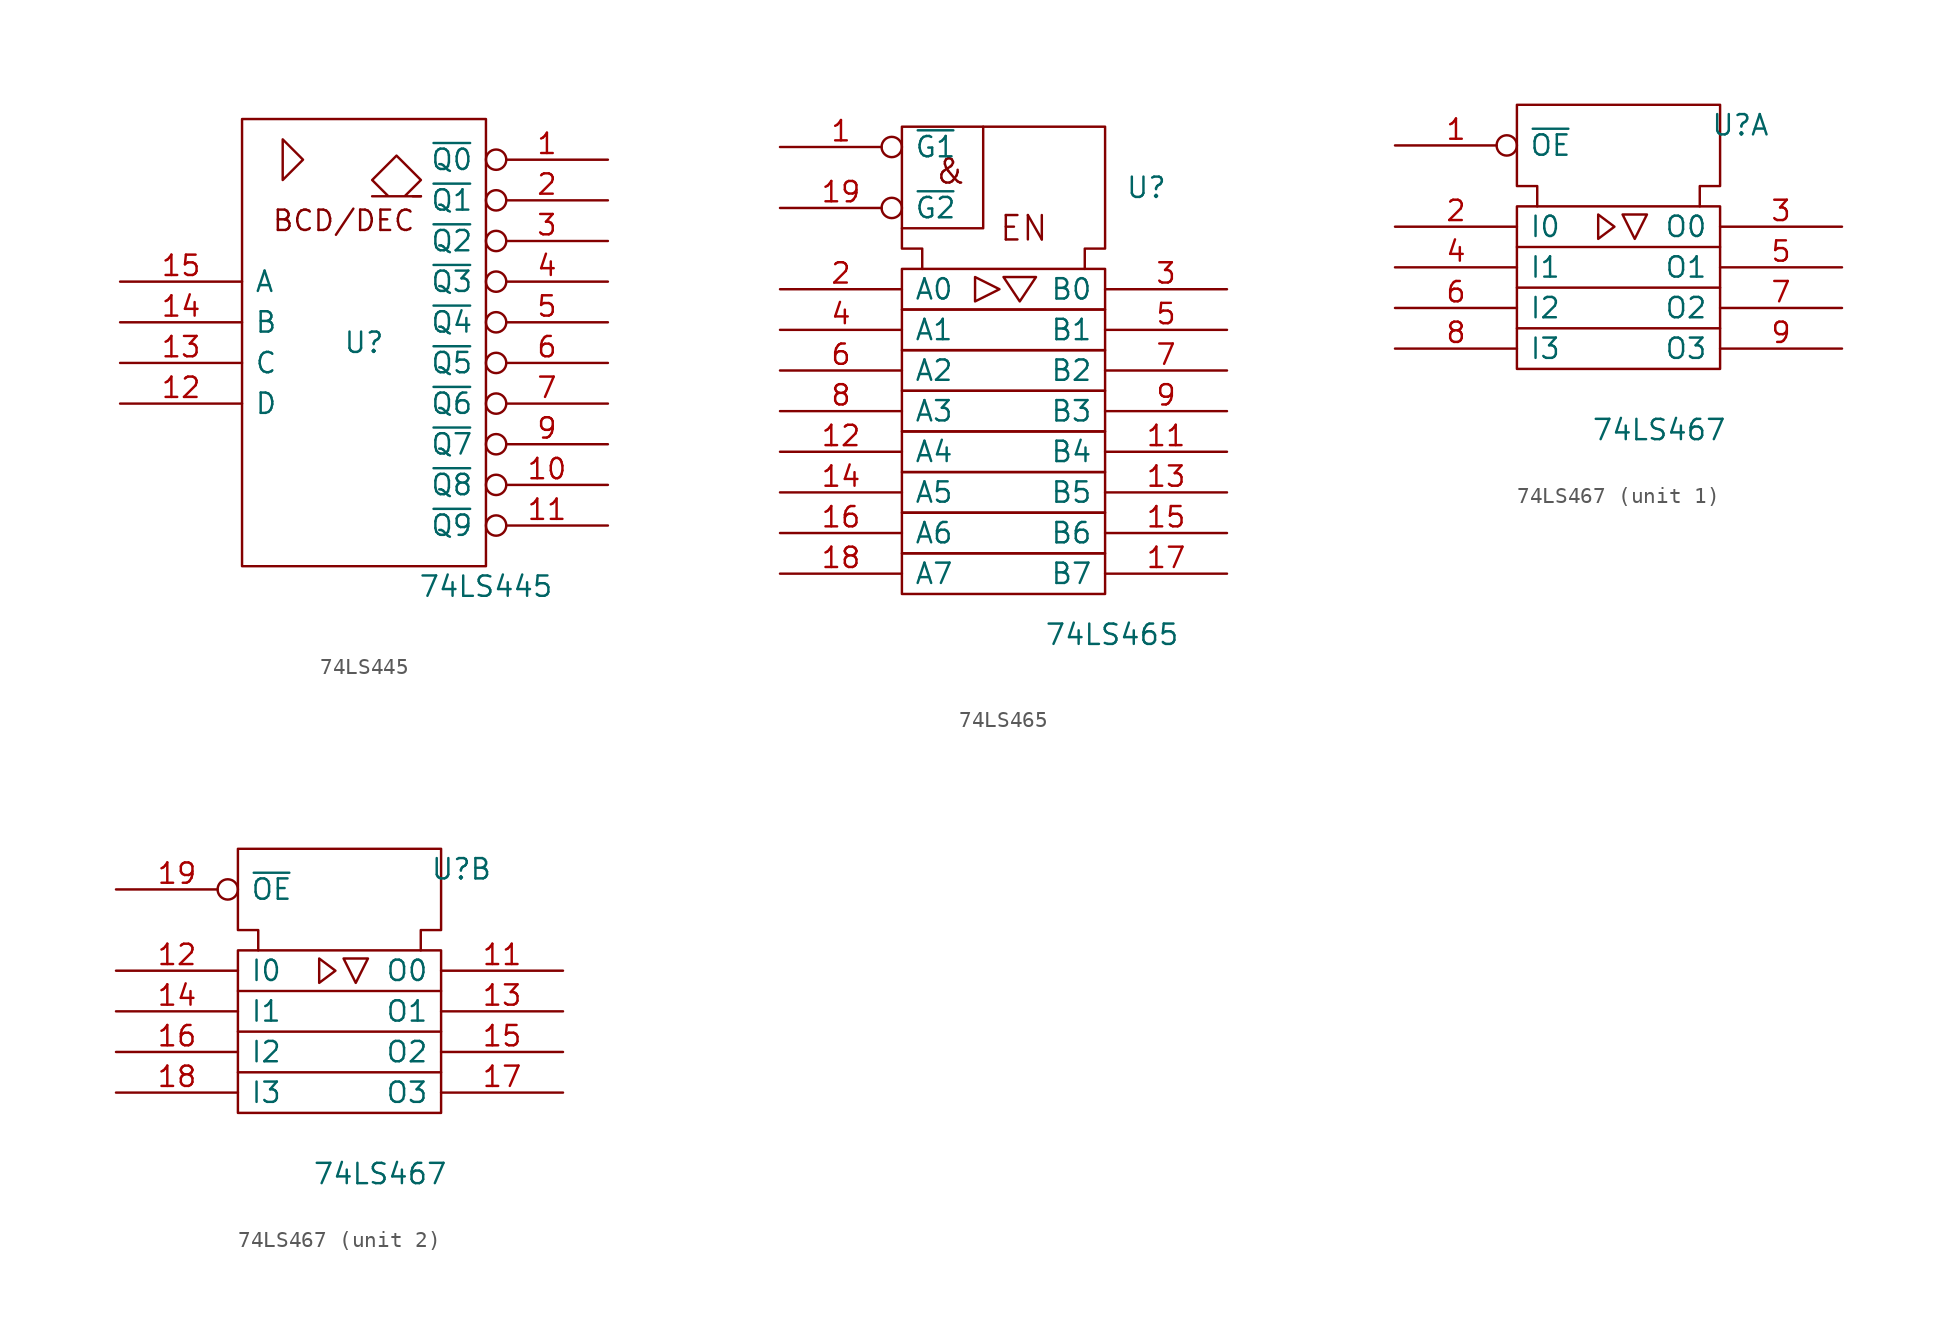
<source format=kicad_sym>
(kicad_symbol_lib
  (version 20211014)
  (generator kicad_symbol_editor)
  (symbol "74LS445"
    (pin_names
      (offset 0.762))
    (property "Reference" "U"
      (at 0 0 0)
      (effects (font (size 1.27 1.27))))
    (property "Value" "74LS445"
      (at 7.62 -15.24 0)
      (effects (font (size 1.27 1.27))))
    (symbol "74LS445_0_0"
      (polyline (pts (xy 3.556 9.144) (xy 3.048 9.144) (xy 3.048 9.144)) (stroke (width 0) (type default) (color 0 0 0 0)) (fill (type none)))
      (polyline (pts (xy -5.08 12.7) (xy -5.08 10.16) (xy -3.81 11.43) (xy -5.08 12.7) (xy -5.08 12.7)) (stroke (width 0) (type default) (color 0 0 0 0)) (fill (type none)))
      (polyline (pts (xy 2.54 9.144) (xy 3.556 10.16) (xy 2.032 11.684) (xy 0.508 10.16) (xy 1.524 9.144) (xy 0.508 9.144) (xy 3.556 9.144)) (stroke (width 0) (type default) (color 0 0 0 0)) (fill (type none)))
      (text "BCD/DEC" (at -1.27 7.62 0) (effects (font (size 1.27 1.27))))
      (pin power_in line (at 0 13.97 270) (length 0) hide (name "VCC" (effects (font (size 1.27 1.27)))) (number "16" (effects (font (size 1.27 1.27)))))
      (pin power_in line (at 0 -13.97 90) (length 0) hide (name "GND" (effects (font (size 1.27 1.27)))) (number "8" (effects (font (size 1.27 1.27))))))
    (symbol "74LS445_0_1"
      (rectangle (start -7.62 13.97) (end 7.62 -13.97) (stroke (width 0) (type default) (color 0 0 0 0)) (fill (type none))))
    (symbol "74LS445_1_1"
      (pin open_collector inverted (at 15.24 11.43 180) (length 7.62) (name "~{Q0}" (effects (font (size 1.27 1.27)))) (number "1" (effects (font (size 1.27 1.27)))))
      (pin open_collector inverted (at 15.24 -8.89 180) (length 7.62) (name "~{Q8}" (effects (font (size 1.27 1.27)))) (number "10" (effects (font (size 1.27 1.27)))))
      (pin open_collector inverted (at 15.24 -11.43 180) (length 7.62) (name "~{Q9}" (effects (font (size 1.27 1.27)))) (number "11" (effects (font (size 1.27 1.27)))))
      (pin input line (at -15.24 -3.81 0) (length 7.62) (name "D" (effects (font (size 1.27 1.27)))) (number "12" (effects (font (size 1.27 1.27)))))
      (pin input line (at -15.24 -1.27 0) (length 7.62) (name "C" (effects (font (size 1.27 1.27)))) (number "13" (effects (font (size 1.27 1.27)))))
      (pin input line (at -15.24 1.27 0) (length 7.62) (name "B" (effects (font (size 1.27 1.27)))) (number "14" (effects (font (size 1.27 1.27)))))
      (pin input line (at -15.24 3.81 0) (length 7.62) (name "A" (effects (font (size 1.27 1.27)))) (number "15" (effects (font (size 1.27 1.27)))))
      (pin open_collector inverted (at 15.24 8.89 180) (length 7.62) (name "~{Q1}" (effects (font (size 1.27 1.27)))) (number "2" (effects (font (size 1.27 1.27)))))
      (pin open_collector inverted (at 15.24 6.35 180) (length 7.62) (name "~{Q2}" (effects (font (size 1.27 1.27)))) (number "3" (effects (font (size 1.27 1.27)))))
      (pin open_collector inverted (at 15.24 3.81 180) (length 7.62) (name "~{Q3}" (effects (font (size 1.27 1.27)))) (number "4" (effects (font (size 1.27 1.27)))))
      (pin open_collector inverted (at 15.24 1.27 180) (length 7.62) (name "~{Q4}" (effects (font (size 1.27 1.27)))) (number "5" (effects (font (size 1.27 1.27)))))
      (pin open_collector inverted (at 15.24 -1.27 180) (length 7.62) (name "~{Q5}" (effects (font (size 1.27 1.27)))) (number "6" (effects (font (size 1.27 1.27)))))
      (pin open_collector inverted (at 15.24 -3.81 180) (length 7.62) (name "~{Q6}" (effects (font (size 1.27 1.27)))) (number "7" (effects (font (size 1.27 1.27)))))
      (pin open_collector inverted (at 15.24 -6.35 180) (length 7.62) (name "~{Q7}" (effects (font (size 1.27 1.27)))) (number "9" (effects (font (size 1.27 1.27)))))))
  (symbol "74LS465"
    (pin_names
      (offset 0.762))
    (property "Reference" "U"
      (at 7.62 12.7 0)
      (effects (font (size 1.27 1.27)) (justify left)))
    (property "Value" "74LS465"
      (at 2.54 -15.24 0)
      (effects (font (size 1.27 1.27)) (justify left)))
    (symbol "74LS465_0_0"
      (polyline (pts (xy -1.27 16.51) (xy -1.27 10.16) (xy -6.35 10.16) (xy -6.35 10.16)) (stroke (width 0) (type default) (color 0 0 0 0)) (fill (type none)))
      (polyline (pts (xy -1.778 7.112) (xy -1.778 5.588) (xy -0.254 6.35) (xy -1.778 7.112) (xy -1.778 7.112)) (stroke (width 0) (type default) (color 0 0 0 0)) (fill (type none)))
      (polyline (pts (xy 0 7.112) (xy 2.032 7.112) (xy 1.016 5.588) (xy 0 7.112) (xy 0 7.112)) (stroke (width 0) (type default) (color 0 0 0 0)) (fill (type none)))
      (text "&" (at -3.302 13.716 0) (effects (font (size 1.524 1.524))))
      (text "EN" (at 1.27 10.16 0) (effects (font (size 1.524 1.524))))
      (pin power_in line (at 1.27 16.51 270) (length 0) hide (name "GND" (effects (font (size 1.27 1.27)))) (number "10" (effects (font (size 1.27 1.27)))))
      (pin power_in line (at 5.08 16.51 270) (length 0) hide (name "VCC" (effects (font (size 1.27 1.27)))) (number "20" (effects (font (size 1.27 1.27))))))
    (symbol "74LS465_0_1"
      (rectangle (start -6.35 -10.16) (end 6.35 -12.7) (stroke (width 0) (type default) (color 0 0 0 0)) (fill (type none)))
      (rectangle (start -6.35 -7.62) (end 6.35 -10.16) (stroke (width 0) (type default) (color 0 0 0 0)) (fill (type none)))
      (rectangle (start -6.35 -5.08) (end 6.35 -7.62) (stroke (width 0) (type default) (color 0 0 0 0)) (fill (type none)))
      (rectangle (start -6.35 -2.54) (end 6.35 -5.08) (stroke (width 0) (type default) (color 0 0 0 0)) (fill (type none)))
      (rectangle (start -6.35 0) (end 6.35 -2.54) (stroke (width 0) (type default) (color 0 0 0 0)) (fill (type none)))
      (rectangle (start -6.35 2.54) (end 6.35 0) (stroke (width 0) (type default) (color 0 0 0 0)) (fill (type none)))
      (rectangle (start -6.35 5.08) (end 6.35 2.54) (stroke (width 0) (type default) (color 0 0 0 0)) (fill (type none)))
      (rectangle (start -6.35 7.62) (end 6.35 5.08) (stroke (width 0) (type default) (color 0 0 0 0)) (fill (type none)))
      (polyline (pts (xy -5.08 7.62) (xy -5.08 8.89) (xy -6.35 8.89) (xy -6.35 16.51) (xy 6.35 16.51) (xy 6.35 8.89) (xy 5.08 8.89) (xy 5.08 7.62) (xy 5.08 7.62)) (stroke (width 0) (type default) (color 0 0 0 0)) (fill (type none))))
    (symbol "74LS465_1_1"
      (pin input inverted (at -13.97 15.24 0) (length 7.62) (name "~{G1}" (effects (font (size 1.27 1.27)))) (number "1" (effects (font (size 1.27 1.27)))))
      (pin tri_state line (at 13.97 -3.81 180) (length 7.62) (name "B4" (effects (font (size 1.27 1.27)))) (number "11" (effects (font (size 1.27 1.27)))))
      (pin tri_state line (at -13.97 -3.81 0) (length 7.62) (name "A4" (effects (font (size 1.27 1.27)))) (number "12" (effects (font (size 1.27 1.27)))))
      (pin tri_state line (at 13.97 -6.35 180) (length 7.62) (name "B5" (effects (font (size 1.27 1.27)))) (number "13" (effects (font (size 1.27 1.27)))))
      (pin tri_state line (at -13.97 -6.35 0) (length 7.62) (name "A5" (effects (font (size 1.27 1.27)))) (number "14" (effects (font (size 1.27 1.27)))))
      (pin tri_state line (at 13.97 -8.89 180) (length 7.62) (name "B6" (effects (font (size 1.27 1.27)))) (number "15" (effects (font (size 1.27 1.27)))))
      (pin tri_state line (at -13.97 -8.89 0) (length 7.62) (name "A6" (effects (font (size 1.27 1.27)))) (number "16" (effects (font (size 1.27 1.27)))))
      (pin tri_state line (at 13.97 -11.43 180) (length 7.62) (name "B7" (effects (font (size 1.27 1.27)))) (number "17" (effects (font (size 1.27 1.27)))))
      (pin tri_state line (at -13.97 -11.43 0) (length 7.62) (name "A7" (effects (font (size 1.27 1.27)))) (number "18" (effects (font (size 1.27 1.27)))))
      (pin input inverted (at -13.97 11.43 0) (length 7.62) (name "~{G2}" (effects (font (size 1.27 1.27)))) (number "19" (effects (font (size 1.27 1.27)))))
      (pin tri_state line (at -13.97 6.35 0) (length 7.62) (name "A0" (effects (font (size 1.27 1.27)))) (number "2" (effects (font (size 1.27 1.27)))))
      (pin tri_state line (at 13.97 6.35 180) (length 7.62) (name "B0" (effects (font (size 1.27 1.27)))) (number "3" (effects (font (size 1.27 1.27)))))
      (pin tri_state line (at -13.97 3.81 0) (length 7.62) (name "A1" (effects (font (size 1.27 1.27)))) (number "4" (effects (font (size 1.27 1.27)))))
      (pin tri_state line (at 13.97 3.81 180) (length 7.62) (name "B1" (effects (font (size 1.27 1.27)))) (number "5" (effects (font (size 1.27 1.27)))))
      (pin tri_state line (at -13.97 1.27 0) (length 7.62) (name "A2" (effects (font (size 1.27 1.27)))) (number "6" (effects (font (size 1.27 1.27)))))
      (pin tri_state line (at 13.97 1.27 180) (length 7.62) (name "B2" (effects (font (size 1.27 1.27)))) (number "7" (effects (font (size 1.27 1.27)))))
      (pin tri_state line (at -13.97 -1.27 0) (length 7.62) (name "A3" (effects (font (size 1.27 1.27)))) (number "8" (effects (font (size 1.27 1.27)))))
      (pin tri_state line (at 13.97 -1.27 180) (length 7.62) (name "B3" (effects (font (size 1.27 1.27)))) (number "9" (effects (font (size 1.27 1.27)))))))
  (symbol "74LS467"
    (pin_names
      (offset 0.762))
    (property "Reference" "U"
      (at 7.62 8.89 0)
      (effects (font (size 1.27 1.27))))
    (property "Value" "74LS467"
      (at 2.54 -10.16 0)
      (effects (font (size 1.27 1.27))))
    (symbol "74LS467_0_0"
      (polyline (pts (xy 0.254 3.302) (xy 1.778 3.302) (xy 1.016 1.778) (xy 0.254 3.302) (xy 0.254 3.302)) (stroke (width 0) (type default) (color 0 0 0 0)) (fill (type none)))
      (pin power_in line (at 1.27 10.16 270) (length 0) hide (name "GND" (effects (font (size 1.27 1.27)))) (number "10" (effects (font (size 1.27 1.27)))))
      (pin power_in line (at 5.08 10.16 270) (length 0) hide (name "VCC" (effects (font (size 1.27 1.27)))) (number "20" (effects (font (size 1.27 1.27))))))
    (symbol "74LS467_0_1"
      (rectangle (start -6.35 3.81) (end 6.35 -6.35) (stroke (width 0) (type default) (color 0 0 0 0)) (fill (type none)))
      (polyline (pts (xy -6.35 -1.27) (xy 6.35 -1.27) (xy 6.35 -1.27)) (stroke (width 0) (type default) (color 0 0 0 0)) (fill (type none)))
      (polyline (pts (xy 6.35 -3.81) (xy -6.35 -3.81) (xy -6.35 -3.81)) (stroke (width 0) (type default) (color 0 0 0 0)) (fill (type none)))
      (polyline (pts (xy 6.35 1.27) (xy -6.35 1.27) (xy -6.35 1.27)) (stroke (width 0) (type default) (color 0 0 0 0)) (fill (type none)))
      (polyline (pts (xy -1.27 3.302) (xy -1.27 1.778) (xy -0.254 2.54) (xy -1.27 3.302) (xy -1.27 3.302)) (stroke (width 0) (type default) (color 0 0 0 0)) (fill (type none)))
      (polyline (pts (xy -5.08 3.81) (xy -5.08 5.08) (xy -6.35 5.08) (xy -6.35 10.16) (xy 6.35 10.16) (xy 6.35 5.08) (xy 5.08 5.08) (xy 5.08 3.81) (xy 5.08 3.81)) (stroke (width 0) (type default) (color 0 0 0 0)) (fill (type none))))
    (symbol "74LS467_1_1"
      (pin input inverted (at -13.97 7.62 0) (length 7.62) (name "~{OE}" (effects (font (size 1.27 1.27)))) (number "1" (effects (font (size 1.27 1.27)))))
      (pin input line (at -13.97 2.54 0) (length 7.62) (name "I0" (effects (font (size 1.27 1.27)))) (number "2" (effects (font (size 1.27 1.27)))))
      (pin tri_state line (at 13.97 2.54 180) (length 7.62) (name "O0" (effects (font (size 1.27 1.27)))) (number "3" (effects (font (size 1.27 1.27)))))
      (pin input line (at -13.97 0 0) (length 7.62) (name "I1" (effects (font (size 1.27 1.27)))) (number "4" (effects (font (size 1.27 1.27)))))
      (pin tri_state line (at 13.97 0 180) (length 7.62) (name "O1" (effects (font (size 1.27 1.27)))) (number "5" (effects (font (size 1.27 1.27)))))
      (pin input line (at -13.97 -2.54 0) (length 7.62) (name "I2" (effects (font (size 1.27 1.27)))) (number "6" (effects (font (size 1.27 1.27)))))
      (pin tri_state line (at 13.97 -2.54 180) (length 7.62) (name "O2" (effects (font (size 1.27 1.27)))) (number "7" (effects (font (size 1.27 1.27)))))
      (pin input line (at -13.97 -5.08 0) (length 7.62) (name "I3" (effects (font (size 1.27 1.27)))) (number "8" (effects (font (size 1.27 1.27)))))
      (pin tri_state line (at 13.97 -5.08 180) (length 7.62) (name "O3" (effects (font (size 1.27 1.27)))) (number "9" (effects (font (size 1.27 1.27))))))
    (symbol "74LS467_2_1"
      (pin tri_state line (at 13.97 2.54 180) (length 7.62) (name "O0" (effects (font (size 1.27 1.27)))) (number "11" (effects (font (size 1.27 1.27)))))
      (pin input line (at -13.97 2.54 0) (length 7.62) (name "I0" (effects (font (size 1.27 1.27)))) (number "12" (effects (font (size 1.27 1.27)))))
      (pin tri_state line (at 13.97 0 180) (length 7.62) (name "O1" (effects (font (size 1.27 1.27)))) (number "13" (effects (font (size 1.27 1.27)))))
      (pin input line (at -13.97 0 0) (length 7.62) (name "I1" (effects (font (size 1.27 1.27)))) (number "14" (effects (font (size 1.27 1.27)))))
      (pin tri_state line (at 13.97 -2.54 180) (length 7.62) (name "O2" (effects (font (size 1.27 1.27)))) (number "15" (effects (font (size 1.27 1.27)))))
      (pin input line (at -13.97 -2.54 0) (length 7.62) (name "I2" (effects (font (size 1.27 1.27)))) (number "16" (effects (font (size 1.27 1.27)))))
      (pin tri_state line (at 13.97 -5.08 180) (length 7.62) (name "O3" (effects (font (size 1.27 1.27)))) (number "17" (effects (font (size 1.27 1.27)))))
      (pin input line (at -13.97 -5.08 0) (length 7.62) (name "I3" (effects (font (size 1.27 1.27)))) (number "18" (effects (font (size 1.27 1.27)))))
      (pin input inverted (at -13.97 7.62 0) (length 7.62) (name "~{OE}" (effects (font (size 1.27 1.27)))) (number "19" (effects (font (size 1.27 1.27))))))))
</source>
